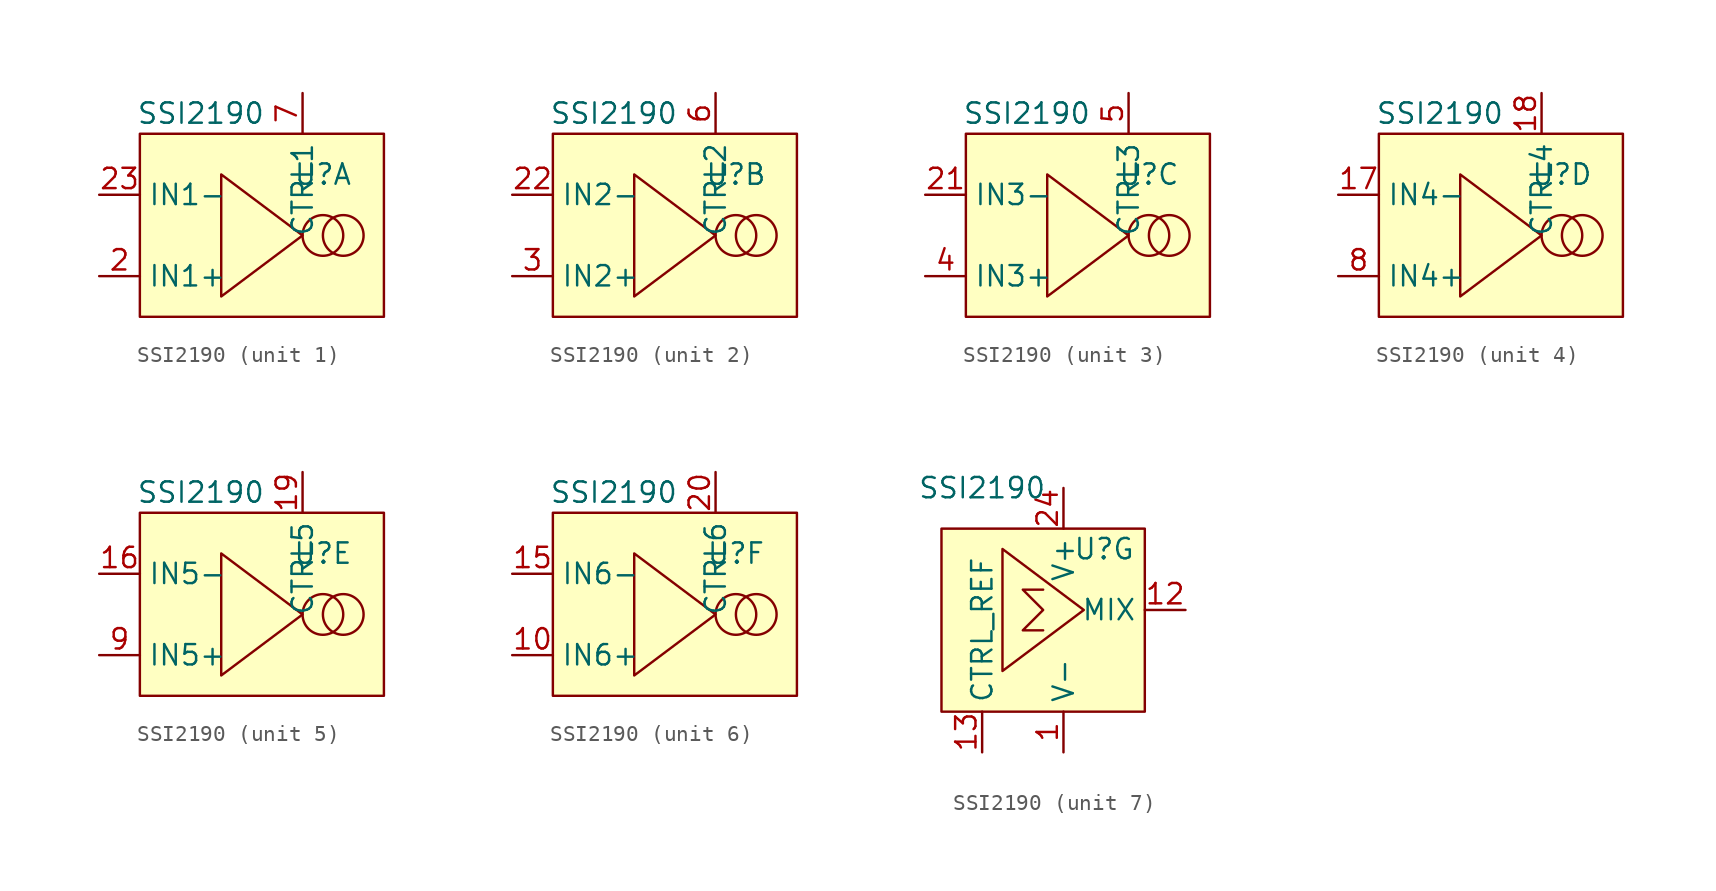
<source format=kicad_sym>
(kicad_symbol_lib
  (version 20220914)
  (generator kicad_symbol_editor)
  (symbol "SSI2190"
    (property "Reference" "U"
      (at 5.08 3.81 0)
      (effects (font (size 1.27 1.27))))
    (property "Value" "SSI2190"
      (at -2.54 7.62 0)
      (effects (font (size 1.27 1.27))))
    (property "ki_locked" ""
      (at 0 0 0)
      (effects (font (size 1.27 1.27))))
    (symbol "SSI2190_1_1"
      (rectangle (start -6.35 6.35) (end 8.89 -5.08) (stroke (width 0) (type default)) (fill (type background)))
      (polyline (pts (xy -1.27 -3.81) (xy -1.27 3.81) (xy 3.81 0) (xy -1.27 -3.81)) (stroke (width 0) (type default)) (fill (type none)))
      (circle (center 5.08 0) (radius 1.27) (stroke (width 0) (type default)) (fill (type none)))
      (circle (center 6.35 0) (radius 1.27) (stroke (width 0) (type default)) (fill (type none)))
      (pin input line (at -8.89 -2.54 0) (length 2.54) (name "IN1+" (effects (font (size 1.27 1.27)))) (number "2" (effects (font (size 1.27 1.27)))))
      (pin input line (at -8.89 2.54 0) (length 2.54) (name "IN1-" (effects (font (size 1.27 1.27)))) (number "23" (effects (font (size 1.27 1.27)))))
      (pin input line (at 3.81 8.89 270) (length 2.54) (name "CTRL1" (effects (font (size 1.27 1.27)))) (number "7" (effects (font (size 1.27 1.27))))))
    (symbol "SSI2190_2_1"
      (rectangle (start -6.35 6.35) (end 8.89 -5.08) (stroke (width 0) (type default)) (fill (type background)))
      (polyline (pts (xy -1.27 -3.81) (xy -1.27 3.81) (xy 3.81 0) (xy -1.27 -3.81)) (stroke (width 0) (type default)) (fill (type none)))
      (circle (center 5.08 0) (radius 1.27) (stroke (width 0) (type default)) (fill (type none)))
      (circle (center 6.35 0) (radius 1.27) (stroke (width 0) (type default)) (fill (type none)))
      (pin input line (at -8.89 2.54 0) (length 2.54) (name "IN2-" (effects (font (size 1.27 1.27)))) (number "22" (effects (font (size 1.27 1.27)))))
      (pin input line (at -8.89 -2.54 0) (length 2.54) (name "IN2+" (effects (font (size 1.27 1.27)))) (number "3" (effects (font (size 1.27 1.27)))))
      (pin input line (at 3.81 8.89 270) (length 2.54) (name "CTRL2" (effects (font (size 1.27 1.27)))) (number "6" (effects (font (size 1.27 1.27))))))
    (symbol "SSI2190_3_1"
      (rectangle (start -6.35 6.35) (end 8.89 -5.08) (stroke (width 0) (type default)) (fill (type background)))
      (polyline (pts (xy -1.27 -3.81) (xy -1.27 3.81) (xy 3.81 0) (xy -1.27 -3.81)) (stroke (width 0) (type default)) (fill (type none)))
      (circle (center 5.08 0) (radius 1.27) (stroke (width 0) (type default)) (fill (type none)))
      (circle (center 6.35 0) (radius 1.27) (stroke (width 0) (type default)) (fill (type none)))
      (pin input line (at -8.89 2.54 0) (length 2.54) (name "IN3-" (effects (font (size 1.27 1.27)))) (number "21" (effects (font (size 1.27 1.27)))))
      (pin input line (at -8.89 -2.54 0) (length 2.54) (name "IN3+" (effects (font (size 1.27 1.27)))) (number "4" (effects (font (size 1.27 1.27)))))
      (pin input line (at 3.81 8.89 270) (length 2.54) (name "CTRL3" (effects (font (size 1.27 1.27)))) (number "5" (effects (font (size 1.27 1.27))))))
    (symbol "SSI2190_4_1"
      (rectangle (start -6.35 6.35) (end 8.89 -5.08) (stroke (width 0) (type default)) (fill (type background)))
      (polyline (pts (xy -1.27 -3.81) (xy -1.27 3.81) (xy 3.81 0) (xy -1.27 -3.81)) (stroke (width 0) (type default)) (fill (type none)))
      (circle (center 5.08 0) (radius 1.27) (stroke (width 0) (type default)) (fill (type none)))
      (circle (center 6.35 0) (radius 1.27) (stroke (width 0) (type default)) (fill (type none)))
      (pin input line (at -8.89 2.54 0) (length 2.54) (name "IN4-" (effects (font (size 1.27 1.27)))) (number "17" (effects (font (size 1.27 1.27)))))
      (pin input line (at 3.81 8.89 270) (length 2.54) (name "CTRL4" (effects (font (size 1.27 1.27)))) (number "18" (effects (font (size 1.27 1.27)))))
      (pin input line (at -8.89 -2.54 0) (length 2.54) (name "IN4+" (effects (font (size 1.27 1.27)))) (number "8" (effects (font (size 1.27 1.27))))))
    (symbol "SSI2190_5_1"
      (rectangle (start -6.35 6.35) (end 8.89 -5.08) (stroke (width 0) (type default)) (fill (type background)))
      (polyline (pts (xy -1.27 -3.81) (xy -1.27 3.81) (xy 3.81 0) (xy -1.27 -3.81)) (stroke (width 0) (type default)) (fill (type none)))
      (circle (center 5.08 0) (radius 1.27) (stroke (width 0) (type default)) (fill (type none)))
      (circle (center 6.35 0) (radius 1.27) (stroke (width 0) (type default)) (fill (type none)))
      (pin input line (at -8.89 2.54 0) (length 2.54) (name "IN5-" (effects (font (size 1.27 1.27)))) (number "16" (effects (font (size 1.27 1.27)))))
      (pin input line (at 3.81 8.89 270) (length 2.54) (name "CTRL5" (effects (font (size 1.27 1.27)))) (number "19" (effects (font (size 1.27 1.27)))))
      (pin input line (at -8.89 -2.54 0) (length 2.54) (name "IN5+" (effects (font (size 1.27 1.27)))) (number "9" (effects (font (size 1.27 1.27))))))
    (symbol "SSI2190_6_1"
      (rectangle (start -6.35 6.35) (end 8.89 -5.08) (stroke (width 0) (type default)) (fill (type background)))
      (polyline (pts (xy -1.27 -3.81) (xy -1.27 3.81) (xy 3.81 0) (xy -1.27 -3.81)) (stroke (width 0) (type default)) (fill (type none)))
      (circle (center 5.08 0) (radius 1.27) (stroke (width 0) (type default)) (fill (type none)))
      (circle (center 6.35 0) (radius 1.27) (stroke (width 0) (type default)) (fill (type none)))
      (pin input line (at -8.89 -2.54 0) (length 2.54) (name "IN6+" (effects (font (size 1.27 1.27)))) (number "10" (effects (font (size 1.27 1.27)))))
      (pin input line (at -8.89 2.54 0) (length 2.54) (name "IN6-" (effects (font (size 1.27 1.27)))) (number "15" (effects (font (size 1.27 1.27)))))
      (pin input line (at 3.81 8.89 270) (length 2.54) (name "CTRL6" (effects (font (size 1.27 1.27)))) (number "20" (effects (font (size 1.27 1.27))))))
    (symbol "SSI2190_7_1"
      (rectangle (start -5.08 5.08) (end 7.62 -6.35) (stroke (width 0) (type default)) (fill (type background)))
      (polyline (pts (xy -1.27 -3.81) (xy -1.27 3.81) (xy 3.81 0) (xy -1.27 -3.81)) (stroke (width 0) (type default)) (fill (type none)))
      (polyline (pts (xy 1.27 1.27) (xy 0 1.27) (xy 1.27 0) (xy 0 -1.27) (xy 1.27 -1.27)) (stroke (width 0) (type default)) (fill (type none)))
      (pin power_in line (at 2.54 -8.89 90) (length 2.54) (name "V-" (effects (font (size 1.27 1.27)))) (number "1" (effects (font (size 1.27 1.27)))))
      (pin passive line (at 10.16 0 180) (length 2.54) (name "MIX" (effects (font (size 1.27 1.27)))) (number "12" (effects (font (size 1.27 1.27)))))
      (pin input line (at -2.54 -8.89 90) (length 2.54) (name "CTRL_REF" (effects (font (size 1.27 1.27)))) (number "13" (effects (font (size 1.27 1.27)))))
      (pin power_in line (at 2.54 7.62 270) (length 2.54) (name "V+" (effects (font (size 1.27 1.27)))) (number "24" (effects (font (size 1.27 1.27))))))))
</source>
